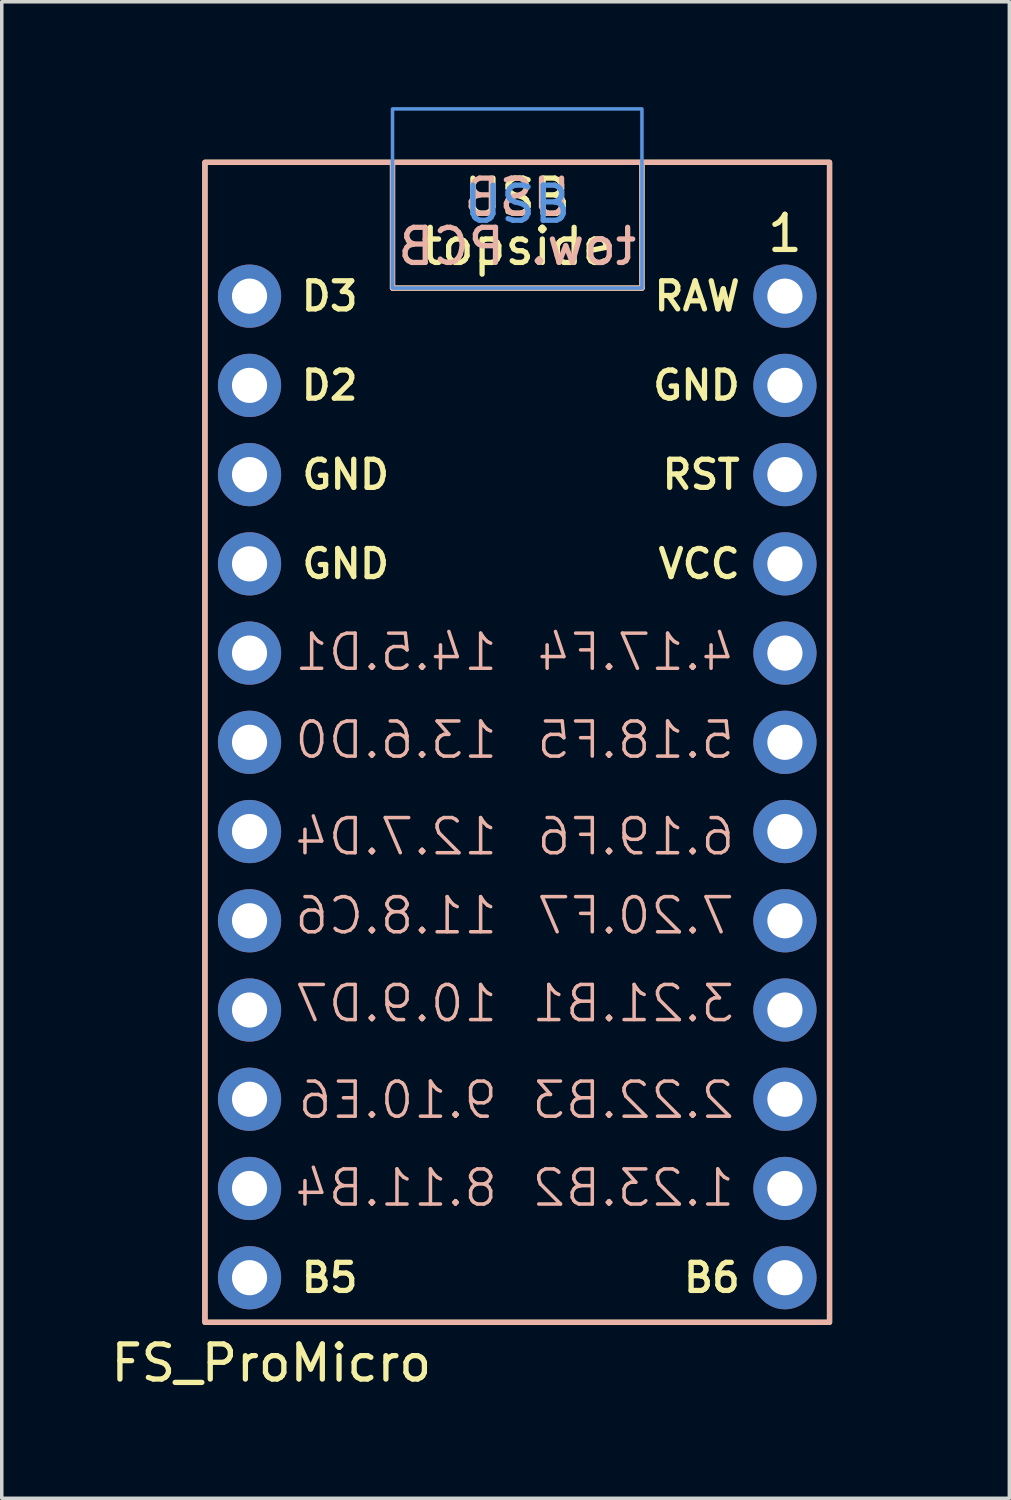
<source format=kicad_pcb>
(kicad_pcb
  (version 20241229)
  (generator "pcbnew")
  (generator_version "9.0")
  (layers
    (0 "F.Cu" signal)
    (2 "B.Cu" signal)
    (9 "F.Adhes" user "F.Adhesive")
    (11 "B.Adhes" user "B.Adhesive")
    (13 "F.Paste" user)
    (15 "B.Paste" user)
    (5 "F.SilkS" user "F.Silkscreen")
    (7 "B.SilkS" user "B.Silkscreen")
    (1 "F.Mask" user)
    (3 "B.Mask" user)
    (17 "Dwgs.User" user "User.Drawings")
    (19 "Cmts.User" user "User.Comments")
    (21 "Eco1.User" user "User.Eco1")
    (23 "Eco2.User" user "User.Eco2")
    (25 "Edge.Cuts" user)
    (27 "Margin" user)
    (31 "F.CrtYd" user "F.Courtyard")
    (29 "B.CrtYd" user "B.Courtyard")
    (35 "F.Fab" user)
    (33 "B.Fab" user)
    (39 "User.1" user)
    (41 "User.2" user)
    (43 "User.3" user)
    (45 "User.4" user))
  (footprint "FS_ProMicro"
    (layer "F.Cu")
    (at 11.673 19.35)
    (property "Reference" "FS_ProMicro" (at -7 16.4 0) (unlocked yes) (layer "F.SilkS") (effects (font (size 1 1) (thickness 0.15))))
    (attr through_hole exclude_from_pos_files exclude_from_bom)
    (fp_line (start -3.55 -14.2) (end -3.55 -17.78) (stroke (width 0.15) (type default)) (layer "F.SilkS"))
    (fp_line (start 3.55 -14.2) (end -3.55 -14.2) (stroke (width 0.15) (type default)) (layer "F.SilkS"))
    (fp_line (start 3.55 -14.2) (end 3.55 -17.78) (stroke (width 0.15) (type default)) (layer "F.SilkS"))
    (fp_rect (start -8.89 -17.78) (end 8.89 15.24) (stroke (width 0.15) (type solid)) (fill no) (layer "F.SilkS"))
    (fp_line (start -3.55 -14.2) (end -3.55 -17.78) (stroke (width 0.15) (type default)) (layer "B.SilkS"))
    (fp_line (start -3.55 -14.2) (end 3.55 -14.2) (stroke (width 0.15) (type default)) (layer "B.SilkS"))
    (fp_line (start 3.55 -14.2) (end 3.55 -17.78) (stroke (width 0.15) (type default)) (layer "B.SilkS"))
    (fp_rect (start 8.89 -17.78) (end -8.89 15.24) (stroke (width 0.15) (type solid)) (fill no) (layer "B.SilkS"))
    (fp_rect (start -3.55 -19.3) (end 3.55 -14.2) (stroke (width 0.1) (type default)) (fill no) (layer "Cmts.User"))
    (fp_text user "GND" (at -6.2 -6.35 0) (unlocked yes) (layer "F.SilkS") (effects (font (size 0.8 0.8) (thickness 0.15)) (justify left)))
    (fp_text user "D3" (at -6.22 -13.97 0) (unlocked yes) (layer "F.SilkS") (effects (font (size 0.8 0.8) (thickness 0.15)) (justify left)))
    (fp_text user "B6" (at 6.42 13.97 0) (unlocked yes) (layer "F.SilkS") (effects (font (size 0.8 0.8) (thickness 0.15)) (justify right)))
    (fp_text user "topside" (at 0 -14.8 0) (unlocked yes) (layer "F.SilkS") (effects (font (size 1 1) (thickness 0.15)) (justify bottom)))
    (fp_text user "RST" (at 6.42 -8.89 0) (unlocked yes) (layer "F.SilkS") (effects (font (size 0.8 0.8) (thickness 0.15)) (justify right)))
    (fp_text user "USB" (at 0 -16.2 0) (unlocked yes) (layer "F.SilkS") (effects (font (size 1 1) (thickness 0.15)) (justify bottom)))
    (fp_text user "B5" (at -6.22 13.97 0) (unlocked yes) (layer "F.SilkS") (effects (font (size 0.8 0.8) (thickness 0.15)) (justify left)))
    (fp_text user "1" (at 7.62 -15.17 0) (layer "F.SilkS") (effects (font (size 1 1) (thickness 0.15)) (justify bottom)))
    (fp_text user "D2" (at -6.22 -11.43 0) (unlocked yes) (layer "F.SilkS") (effects (font (size 0.8 0.8) (thickness 0.15)) (justify left)))
    (fp_text user "GND" (at -6.2 -8.89 0) (unlocked yes) (layer "F.SilkS") (effects (font (size 0.8 0.8) (thickness 0.15)) (justify left)))
    (fp_text user "RAW" (at 6.42 -13.97 0) (unlocked yes) (layer "F.SilkS") (effects (font (size 0.8 0.8) (thickness 0.15)) (justify right)))
    (fp_text user "GND" (at 6.42 -11.43 0) (unlocked yes) (layer "F.SilkS") (effects (font (size 0.8 0.8) (thickness 0.15)) (justify right)))
    (fp_text user "VCC" (at 6.42 -6.35 0) (unlocked yes) (layer "F.SilkS") (effects (font (size 0.8 0.8) (thickness 0.15)) (justify right)))
    (fp_text user "4.17.F4" (at 6.25 -3.25 0) (unlocked yes) (layer "B.SilkS") (effects (font (size 1 1) (thickness 0.1)) (justify left bottom mirror)))
    (fp_text user "12.7.D4" (at -0.5 2 0) (unlocked yes) (layer "B.SilkS") (effects (font (size 1 1) (thickness 0.1)) (justify left bottom mirror)))
    (fp_text user "11.8.C6" (at -0.5 4.25 0) (unlocked yes) (layer "B.SilkS") (effects (font (size 1 1) (thickness 0.1)) (justify left bottom mirror)))
    (fp_text user "14.5.D1" (at -0.5 -3.25 0) (unlocked yes) (layer "B.SilkS") (effects (font (size 1 1) (thickness 0.1)) (justify left bottom mirror)))
    (fp_text user "9.10.E6" (at -0.5 9.5 0) (unlocked yes) (layer "B.SilkS") (effects (font (size 1 1) (thickness 0.1)) (justify left bottom mirror)))
    (fp_text user "tow. PCB" (at 0 -14.8 0) (unlocked yes) (layer "B.SilkS") (effects (font (size 1 1) (thickness 0.15)) (justify bottom mirror)))
    (fp_text user "7.20.F7" (at 6.25 4.25 0) (unlocked yes) (layer "B.SilkS") (effects (font (size 1 1) (thickness 0.1)) (justify left bottom mirror)))
    (fp_text user "6.19.F6" (at 6.25 2 0) (unlocked yes) (layer "B.SilkS") (effects (font (size 1 1) (thickness 0.1)) (justify left bottom mirror)))
    (fp_text user "5.18.F5" (at 6.25 -0.75 0) (unlocked yes) (layer "B.SilkS") (effects (font (size 1 1) (thickness 0.1)) (justify left bottom mirror)))
    (fp_text user "1.23.B2" (at 6.25 12 0) (unlocked yes) (layer "B.SilkS") (effects (font (size 1 1) (thickness 0.1)) (justify left bottom mirror)))
    (fp_text user "13.6.D0" (at -0.5 -0.75 0) (unlocked yes) (layer "B.SilkS") (effects (font (size 1 1) (thickness 0.1)) (justify left bottom mirror)))
    (fp_text user "3.21.B1" (at 6.25 6.75 0) (unlocked yes) (layer "B.SilkS") (effects (font (size 1 1) (thickness 0.1)) (justify left bottom mirror)))
    (fp_text user "10.9.D7" (at -0.5 6.75 0) (unlocked yes) (layer "B.SilkS") (effects (font (size 1 1) (thickness 0.1)) (justify left bottom mirror)))
    (fp_text user "2.22.B3" (at 6.25 9.5 0) (unlocked yes) (layer "B.SilkS") (effects (font (size 1 1) (thickness 0.1)) (justify left bottom mirror)))
    (fp_text user "USB" (at 0 -16.2 0) (unlocked yes) (layer "B.SilkS") (effects (font (size 1 1) (thickness 0.15)) (justify bottom mirror)))
    (fp_text user "8.11.B4" (at -0.5 12 0) (unlocked yes) (layer "B.SilkS") (effects (font (size 1 1) (thickness 0.1)) (justify left bottom mirror)))
    (fp_text user "USB" (at 0 -16 0) (layer "Cmts.User") (effects (font (size 1 1) (thickness 0.15)) (justify bottom)))
    (fp_text user "Legends assuming the PM is facing up" (at 10.16 0 90) (unlocked yes) (layer "User.1") (effects (font (size 1 1) (thickness 0.15))))
    (pad "1" thru_hole circle (at -7.62 -13.97) (size 1.8 1.8) (drill 1) (layers "*.Cu" "*.Mask"))
    (pad "2" thru_hole circle (at -7.62 -11.43) (size 1.8 1.8) (drill 1) (layers "*.Cu" "*.Mask"))
    (pad "3" thru_hole circle (at -7.62 -8.89) (size 1.8 1.8) (drill 1) (layers "*.Cu" "*.Mask"))
    (pad "4" thru_hole circle (at -7.62 -6.35) (size 1.8 1.8) (drill 1) (layers "*.Cu" "*.Mask"))
    (pad "5" thru_hole circle (at -7.62 -3.81) (size 1.8 1.8) (drill 1) (layers "*.Cu" "*.Mask"))
    (pad "6" thru_hole circle (at -7.62 -1.27) (size 1.8 1.8) (drill 1) (layers "*.Cu" "*.Mask"))
    (pad "7" thru_hole circle (at -7.62 1.27) (size 1.8 1.8) (drill 1) (layers "*.Cu" "*.Mask"))
    (pad "8" thru_hole circle (at -7.62 3.81) (size 1.8 1.8) (drill 1) (layers "*.Cu" "*.Mask"))
    (pad "9" thru_hole circle (at -7.62 6.35) (size 1.8 1.8) (drill 1) (layers "*.Cu" "*.Mask"))
    (pad "10" thru_hole circle (at -7.62 8.89) (size 1.8 1.8) (drill 1) (layers "*.Cu" "*.Mask"))
    (pad "11" thru_hole circle (at -7.62 11.43) (size 1.8 1.8) (drill 1) (layers "*.Cu" "*.Mask"))
    (pad "12" thru_hole circle (at -7.62 13.97) (size 1.8 1.8) (drill 1) (layers "*.Cu" "*.Mask"))
    (pad "13" thru_hole circle (at 7.62 -13.97) (size 1.8 1.8) (drill 1) (layers "*.Cu" "*.Mask"))
    (pad "14" thru_hole circle (at 7.62 -11.43) (size 1.8 1.8) (drill 1) (layers "*.Cu" "*.Mask"))
    (pad "15" thru_hole circle (at 7.62 -8.89) (size 1.8 1.8) (drill 1) (layers "*.Cu" "*.Mask"))
    (pad "16" thru_hole circle (at 7.62 -6.35) (size 1.8 1.8) (drill 1) (layers "*.Cu" "*.Mask"))
    (pad "17" thru_hole circle (at 7.62 -3.81) (size 1.8 1.8) (drill 1) (layers "*.Cu" "*.Mask"))
    (pad "18" thru_hole circle (at 7.62 -1.27) (size 1.8 1.8) (drill 1) (layers "*.Cu" "*.Mask"))
    (pad "19" thru_hole circle (at 7.62 1.27) (size 1.8 1.8) (drill 1) (layers "*.Cu" "*.Mask"))
    (pad "20" thru_hole circle (at 7.62 3.81) (size 1.8 1.8) (drill 1) (layers "*.Cu" "*.Mask"))
    (pad "21" thru_hole circle (at 7.62 6.35) (size 1.8 1.8) (drill 1) (layers "*.Cu" "*.Mask"))
    (pad "22" thru_hole circle (at 7.62 8.89) (size 1.8 1.8) (drill 1) (layers "*.Cu" "*.Mask"))
    (pad "23" thru_hole circle (at 7.62 11.43) (size 1.8 1.8) (drill 1) (layers "*.Cu" "*.Mask"))
    (pad "24" thru_hole circle (at 7.62 13.97) (size 1.8 1.8) (drill 1) (layers "*.Cu" "*.Mask")))
  (gr_rect
    (start -3 -3)
    (end 25.681 39.598)
    (stroke (width 0.1) (type default))
    (fill no)
    (layer "Edge.Cuts")))
</source>
